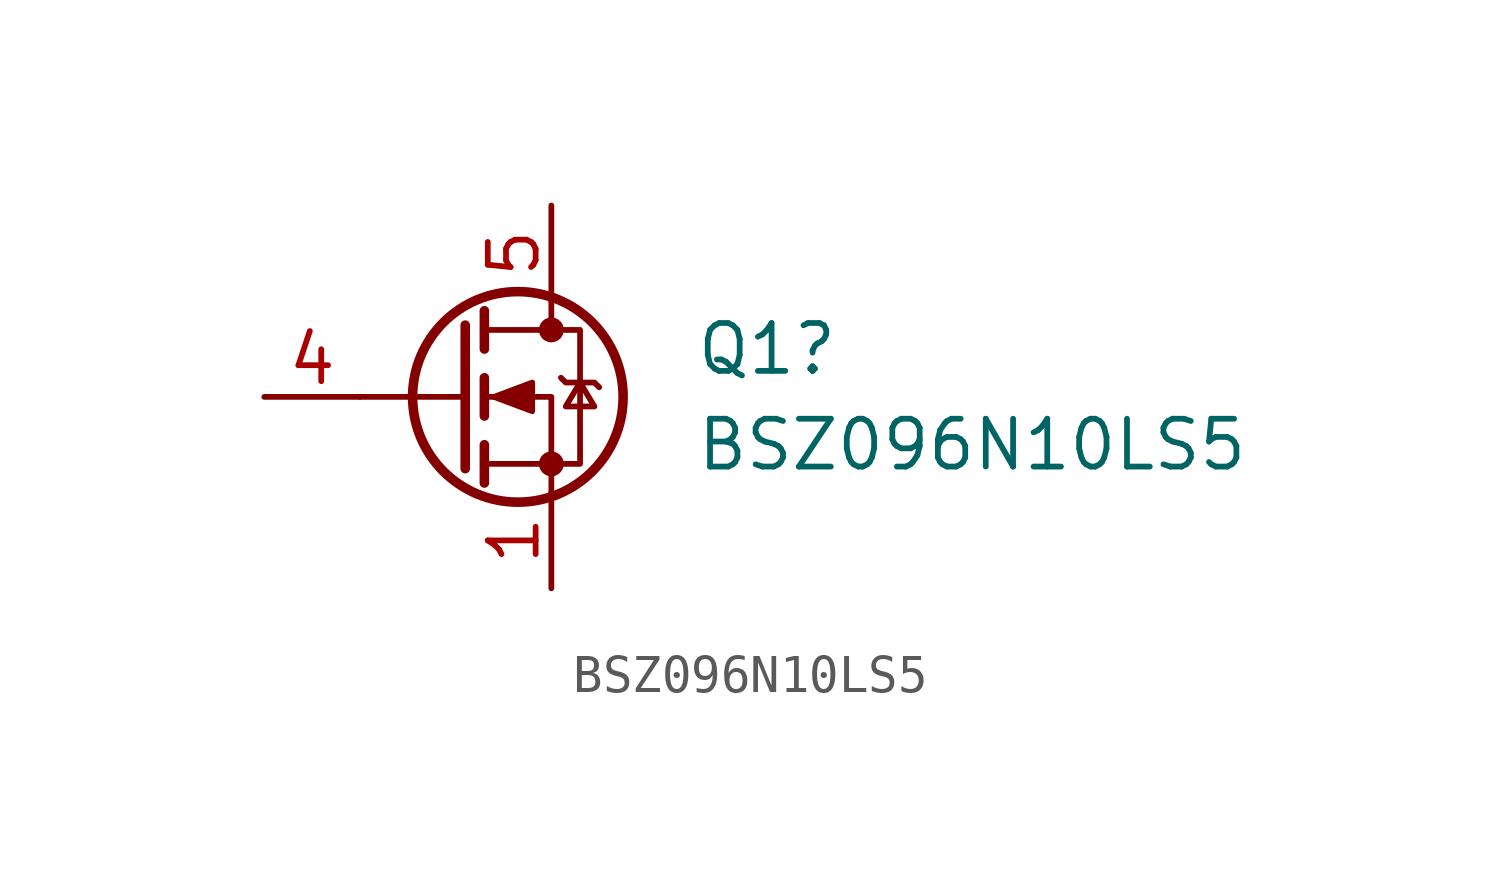
<source format=kicad_sym>
(kicad_symbol_lib
  (version 20241209)
  (generator "kicad_symbol_editor")
  (generator_version "9.0")
  (symbol "BSZ096N10LS5"
    (pin_names
      (hide yes))
    (property "Reference" "Q1"
      (at 6.35 1.27 0)
      (effects (font (size 1.27 1.27)) (justify left)))
    (property "Value" "BSZ096N10LS5"
      (at 6.35 -1.27 0)
      (effects (font (size 1.27 1.27)) (justify left)))
    (symbol "BSZ096N10LS5_0_1"
      (polyline (pts (xy 0.254 1.905) (xy 0.254 -1.905)) (stroke (width 0.254) (type default)) (fill (type none)))
      (polyline (pts (xy 0.254 0) (xy -2.54 0)) (stroke (width 0) (type default)) (fill (type none)))
      (polyline (pts (xy 0.762 2.286) (xy 0.762 1.27)) (stroke (width 0.254) (type default)) (fill (type none)))
      (polyline (pts (xy 0.762 0.508) (xy 0.762 -0.508)) (stroke (width 0.254) (type default)) (fill (type none)))
      (polyline (pts (xy 0.762 -1.27) (xy 0.762 -2.286)) (stroke (width 0.254) (type default)) (fill (type none)))
      (polyline (pts (xy 0.762 -1.778) (xy 3.302 -1.778) (xy 3.302 1.778) (xy 0.762 1.778)) (stroke (width 0) (type default)) (fill (type none)))
      (polyline (pts (xy 1.016 0) (xy 2.032 0.381) (xy 2.032 -0.381) (xy 1.016 0)) (stroke (width 0) (type default)) (fill (type outline)))
      (circle (center 1.651 0) (radius 2.794) (stroke (width 0.254) (type default)) (fill (type none)))
      (polyline (pts (xy 2.54 2.54) (xy 2.54 1.778)) (stroke (width 0) (type default)) (fill (type none)))
      (circle (center 2.54 1.778) (radius 0.254) (stroke (width 0) (type default)) (fill (type outline)))
      (circle (center 2.54 -1.778) (radius 0.254) (stroke (width 0) (type default)) (fill (type outline)))
      (polyline (pts (xy 2.54 -2.54) (xy 2.54 0) (xy 0.762 0)) (stroke (width 0) (type default)) (fill (type none)))
      (polyline (pts (xy 2.794 0.508) (xy 2.921 0.381) (xy 3.683 0.381) (xy 3.81 0.254)) (stroke (width 0) (type default)) (fill (type none)))
      (polyline (pts (xy 3.302 0.381) (xy 2.921 -0.254) (xy 3.683 -0.254) (xy 3.302 0.381)) (stroke (width 0) (type default)) (fill (type none))))
    (symbol "BSZ096N10LS5_1_1"
      (pin passive line (at -5.08 0 0) (length 2.54) (name "G" (effects (font (size 1.27 1.27)))) (number "4" (effects (font (size 1.27 1.27)))))
      (pin passive line (at 2.54 5.08 270) (length 2.54) (name "D" (effects (font (size 1.27 1.27)))) (number "5" (effects (font (size 1.27 1.27)))))
      (pin passive line (at 2.54 5.08 270) (length 2.54) (hide yes) (name "D" (effects (font (size 1.27 1.27)))) (number "6" (effects (font (size 1.27 1.27)))))
      (pin passive line (at 2.54 5.08 270) (length 2.54) (hide yes) (name "D" (effects (font (size 1.27 1.27)))) (number "7" (effects (font (size 1.27 1.27)))))
      (pin passive line (at 2.54 5.08 270) (length 2.54) (hide yes) (name "D" (effects (font (size 1.27 1.27)))) (number "8" (effects (font (size 1.27 1.27)))))
      (pin passive line (at 2.54 -5.08 90) (length 2.54) (name "S" (effects (font (size 1.27 1.27)))) (number "1" (effects (font (size 1.27 1.27)))))
      (pin passive line (at 2.54 -5.08 90) (length 2.54) (hide yes) (name "S" (effects (font (size 1.27 1.27)))) (number "2" (effects (font (size 1.27 1.27)))))
      (pin passive line (at 2.54 -5.08 90) (length 2.54) (hide yes) (name "S" (effects (font (size 1.27 1.27)))) (number "3" (effects (font (size 1.27 1.27))))))))
</source>
